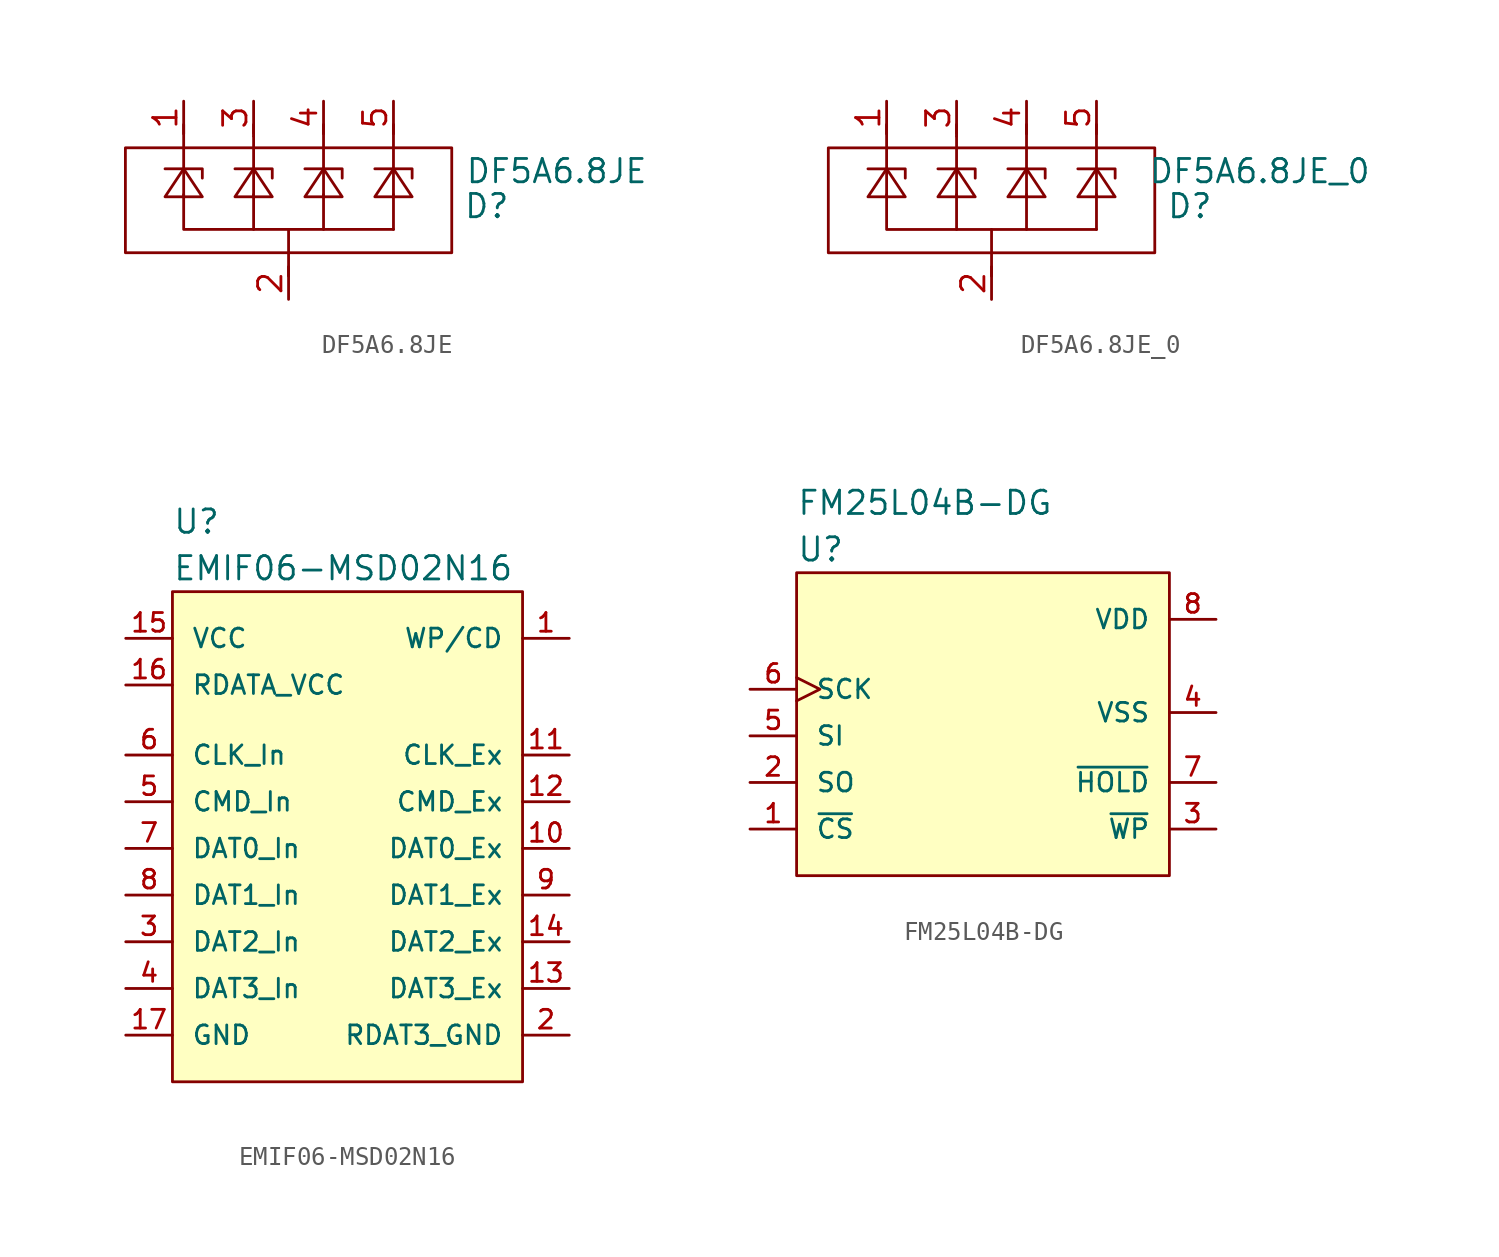
<source format=kicad_sym>
(kicad_symbol_lib
  (version 20211014)
  (generator kicad_symbol_editor)
  (symbol "DF5A6.8JE"
    (pin_names
      (offset 1.016))
    (property "Reference" "D"
      (at 10.795 -3.81 0)
      (effects (font (size 1.27 1.27))))
    (property "Value" "DF5A6.8JE"
      (at 14.605 -1.905 0)
      (effects (font (size 1.27 1.27))))
    (symbol "DF5A6.8JE_0_1"
      (rectangle (start -8.89 -0.635) (end 8.89 -6.35) (stroke (width 0) (type default) (color 0 0 0 0)) (fill (type none)))
      (polyline (pts (xy -1.905 -3.175) (xy -1.905 -5.08)) (stroke (width 0) (type default) (color 0 0 0 0)) (fill (type none)))
      (polyline (pts (xy -1.905 -1.905) (xy -1.905 0)) (stroke (width 0) (type default) (color 0 0 0 0)) (fill (type none)))
      (polyline (pts (xy -1.905 0) (xy -1.905 0.635)) (stroke (width 0) (type default) (color 0 0 0 0)) (fill (type none)))
      (polyline (pts (xy 0 -7.62) (xy 0 -5.08)) (stroke (width 0) (type default) (color 0 0 0 0)) (fill (type none)))
      (polyline (pts (xy 1.905 -3.175) (xy 1.905 -5.08)) (stroke (width 0) (type default) (color 0 0 0 0)) (fill (type none)))
      (polyline (pts (xy 1.905 -1.905) (xy 1.905 0.635)) (stroke (width 0) (type default) (color 0 0 0 0)) (fill (type none)))
      (polyline (pts (xy 5.715 -3.175) (xy 5.715 -5.08)) (stroke (width 0) (type default) (color 0 0 0 0)) (fill (type none)))
      (polyline (pts (xy 5.715 -1.905) (xy 5.715 0.635)) (stroke (width 0) (type default) (color 0 0 0 0)) (fill (type none)))
      (polyline (pts (xy -5.715 -3.175) (xy -5.715 -5.08) (xy 5.715 -5.08)) (stroke (width 0) (type default) (color 0 0 0 0)) (fill (type none)))
      (polyline (pts (xy -5.715 -1.905) (xy -5.715 0.635) (xy -5.715 0)) (stroke (width 0) (type default) (color 0 0 0 0)) (fill (type none))))
    (symbol "DF5A6.8JE_1_1"
      (polyline (pts (xy -5.715 -3.302) (xy -5.715 -1.778)) (stroke (width 0) (type default) (color 0 0 0 0)) (fill (type none)))
      (polyline (pts (xy -1.905 -3.302) (xy -1.905 -1.778)) (stroke (width 0) (type default) (color 0 0 0 0)) (fill (type none)))
      (polyline (pts (xy 1.905 -3.302) (xy 1.905 -1.778)) (stroke (width 0) (type default) (color 0 0 0 0)) (fill (type none)))
      (polyline (pts (xy 5.715 -3.302) (xy 5.715 -1.778)) (stroke (width 0) (type default) (color 0 0 0 0)) (fill (type none)))
      (polyline (pts (xy -4.699 -2.286) (xy -4.699 -1.778) (xy -6.731 -1.778)) (stroke (width 0) (type default) (color 0 0 0 0)) (fill (type none)))
      (polyline (pts (xy -0.889 -2.286) (xy -0.889 -1.778) (xy -2.921 -1.778)) (stroke (width 0) (type default) (color 0 0 0 0)) (fill (type none)))
      (polyline (pts (xy 2.921 -2.286) (xy 2.921 -1.778) (xy 0.889 -1.778)) (stroke (width 0) (type default) (color 0 0 0 0)) (fill (type none)))
      (polyline (pts (xy 6.731 -2.286) (xy 6.731 -1.778) (xy 4.699 -1.778)) (stroke (width 0) (type default) (color 0 0 0 0)) (fill (type none)))
      (polyline (pts (xy -4.699 -3.302) (xy -5.715 -1.778) (xy -6.731 -3.302) (xy -4.699 -3.302)) (stroke (width 0) (type default) (color 0 0 0 0)) (fill (type none)))
      (polyline (pts (xy -0.889 -3.302) (xy -1.905 -1.778) (xy -2.921 -3.302) (xy -0.889 -3.302)) (stroke (width 0) (type default) (color 0 0 0 0)) (fill (type none)))
      (polyline (pts (xy 2.921 -3.302) (xy 1.905 -1.778) (xy 0.889 -3.302) (xy 2.921 -3.302)) (stroke (width 0) (type default) (color 0 0 0 0)) (fill (type none)))
      (polyline (pts (xy 6.731 -3.302) (xy 5.715 -1.778) (xy 4.699 -3.302) (xy 6.731 -3.302)) (stroke (width 0) (type default) (color 0 0 0 0)) (fill (type none)))
      (pin passive line (at -5.715 1.905 270) (length 1.778) (name "~" (effects (font (size 1.27 1.27)))) (number "1" (effects (font (size 1.27 1.27)))))
      (pin passive line (at 0 -8.89 90) (length 1.778) (name "~" (effects (font (size 1.27 1.27)))) (number "2" (effects (font (size 1.27 1.27)))))
      (pin passive line (at -1.905 1.905 270) (length 1.778) (name "~" (effects (font (size 1.27 1.27)))) (number "3" (effects (font (size 1.27 1.27)))))
      (pin passive line (at 1.905 1.905 270) (length 1.778) (name "~" (effects (font (size 1.27 1.27)))) (number "4" (effects (font (size 1.27 1.27)))))
      (pin passive line (at 5.715 1.905 270) (length 1.778) (name "~" (effects (font (size 1.27 1.27)))) (number "5" (effects (font (size 1.27 1.27)))))))
  (symbol "DF5A6.8JE_0"
    (pin_names
      (offset 1.016))
    (property "Reference" "D"
      (at 10.795 -3.81 0)
      (effects (font (size 1.27 1.27))))
    (property "Value" "DF5A6.8JE_0"
      (at 14.605 -1.905 0)
      (effects (font (size 1.27 1.27))))
    (symbol "DF5A6.8JE_0_0_1"
      (rectangle (start -8.89 -0.635) (end 8.89 -6.35) (stroke (width 0) (type default) (color 0 0 0 0)) (fill (type none)))
      (polyline (pts (xy -1.905 -3.175) (xy -1.905 -5.08)) (stroke (width 0) (type default) (color 0 0 0 0)) (fill (type none)))
      (polyline (pts (xy -1.905 -1.905) (xy -1.905 0)) (stroke (width 0) (type default) (color 0 0 0 0)) (fill (type none)))
      (polyline (pts (xy -1.905 0) (xy -1.905 0.635)) (stroke (width 0) (type default) (color 0 0 0 0)) (fill (type none)))
      (polyline (pts (xy 0 -7.62) (xy 0 -5.08)) (stroke (width 0) (type default) (color 0 0 0 0)) (fill (type none)))
      (polyline (pts (xy 1.905 -3.175) (xy 1.905 -5.08)) (stroke (width 0) (type default) (color 0 0 0 0)) (fill (type none)))
      (polyline (pts (xy 1.905 -1.905) (xy 1.905 0.635)) (stroke (width 0) (type default) (color 0 0 0 0)) (fill (type none)))
      (polyline (pts (xy 5.715 -3.175) (xy 5.715 -5.08)) (stroke (width 0) (type default) (color 0 0 0 0)) (fill (type none)))
      (polyline (pts (xy 5.715 -1.905) (xy 5.715 0.635)) (stroke (width 0) (type default) (color 0 0 0 0)) (fill (type none)))
      (polyline (pts (xy -5.715 -3.175) (xy -5.715 -5.08) (xy 5.715 -5.08)) (stroke (width 0) (type default) (color 0 0 0 0)) (fill (type none)))
      (polyline (pts (xy -5.715 -1.905) (xy -5.715 0.635) (xy -5.715 0)) (stroke (width 0) (type default) (color 0 0 0 0)) (fill (type none))))
    (symbol "DF5A6.8JE_0_1_1"
      (polyline (pts (xy -5.715 -3.302) (xy -5.715 -1.778)) (stroke (width 0) (type default) (color 0 0 0 0)) (fill (type none)))
      (polyline (pts (xy -1.905 -3.302) (xy -1.905 -1.778)) (stroke (width 0) (type default) (color 0 0 0 0)) (fill (type none)))
      (polyline (pts (xy 1.905 -3.302) (xy 1.905 -1.778)) (stroke (width 0) (type default) (color 0 0 0 0)) (fill (type none)))
      (polyline (pts (xy 5.715 -3.302) (xy 5.715 -1.778)) (stroke (width 0) (type default) (color 0 0 0 0)) (fill (type none)))
      (polyline (pts (xy -4.699 -2.286) (xy -4.699 -1.778) (xy -6.731 -1.778)) (stroke (width 0) (type default) (color 0 0 0 0)) (fill (type none)))
      (polyline (pts (xy -0.889 -2.286) (xy -0.889 -1.778) (xy -2.921 -1.778)) (stroke (width 0) (type default) (color 0 0 0 0)) (fill (type none)))
      (polyline (pts (xy 2.921 -2.286) (xy 2.921 -1.778) (xy 0.889 -1.778)) (stroke (width 0) (type default) (color 0 0 0 0)) (fill (type none)))
      (polyline (pts (xy 6.731 -2.286) (xy 6.731 -1.778) (xy 4.699 -1.778)) (stroke (width 0) (type default) (color 0 0 0 0)) (fill (type none)))
      (polyline (pts (xy -4.699 -3.302) (xy -5.715 -1.778) (xy -6.731 -3.302) (xy -4.699 -3.302)) (stroke (width 0) (type default) (color 0 0 0 0)) (fill (type none)))
      (polyline (pts (xy -0.889 -3.302) (xy -1.905 -1.778) (xy -2.921 -3.302) (xy -0.889 -3.302)) (stroke (width 0) (type default) (color 0 0 0 0)) (fill (type none)))
      (polyline (pts (xy 2.921 -3.302) (xy 1.905 -1.778) (xy 0.889 -3.302) (xy 2.921 -3.302)) (stroke (width 0) (type default) (color 0 0 0 0)) (fill (type none)))
      (polyline (pts (xy 6.731 -3.302) (xy 5.715 -1.778) (xy 4.699 -3.302) (xy 6.731 -3.302)) (stroke (width 0) (type default) (color 0 0 0 0)) (fill (type none)))
      (pin passive line (at -5.715 1.905 270) (length 1.778) (name "~" (effects (font (size 1.27 1.27)))) (number "1" (effects (font (size 1.27 1.27)))))
      (pin passive line (at 0 -8.89 90) (length 1.778) (name "~" (effects (font (size 1.27 1.27)))) (number "2" (effects (font (size 1.27 1.27)))))
      (pin passive line (at -1.905 1.905 270) (length 1.778) (name "~" (effects (font (size 1.27 1.27)))) (number "3" (effects (font (size 1.27 1.27)))))
      (pin passive line (at 1.905 1.905 270) (length 1.778) (name "~" (effects (font (size 1.27 1.27)))) (number "4" (effects (font (size 1.27 1.27)))))
      (pin passive line (at 5.715 1.905 270) (length 1.778) (name "~" (effects (font (size 1.27 1.27)))) (number "5" (effects (font (size 1.27 1.27)))))))
  (symbol "EMIF06-MSD02N16"
    (pin_names
      (offset 1.016))
    (property "Reference" "U"
      (at 5.08 6.35 0)
      (effects (font (size 1.27 1.27)) (justify left)))
    (property "Value" "EMIF06-MSD02N16"
      (at 5.08 3.81 0)
      (effects (font (size 1.27 1.27)) (justify left)))
    (symbol "EMIF06-MSD02N16_1_1"
      (rectangle (start 5.08 2.54) (end 24.13 -24.13) (stroke (width 0) (type default) (color 0 0 0 0)) (fill (type background)))
      (pin passive line (at 26.67 0 180) (length 2.54) (name "WP/CD" (effects (font (size 1.016 1.016)))) (number "1" (effects (font (size 1.016 1.016)))))
      (pin passive line (at 26.67 -11.43 180) (length 2.54) (name "DAT0_Ex" (effects (font (size 1.016 1.016)))) (number "10" (effects (font (size 1.016 1.016)))))
      (pin passive line (at 26.67 -6.35 180) (length 2.54) (name "CLK_Ex" (effects (font (size 1.016 1.016)))) (number "11" (effects (font (size 1.016 1.016)))))
      (pin passive line (at 26.67 -8.89 180) (length 2.54) (name "CMD_Ex" (effects (font (size 1.016 1.016)))) (number "12" (effects (font (size 1.016 1.016)))))
      (pin passive line (at 26.67 -19.05 180) (length 2.54) (name "DAT3_Ex" (effects (font (size 1.016 1.016)))) (number "13" (effects (font (size 1.016 1.016)))))
      (pin passive line (at 26.67 -16.51 180) (length 2.54) (name "DAT2_Ex" (effects (font (size 1.016 1.016)))) (number "14" (effects (font (size 1.016 1.016)))))
      (pin power_in line (at 2.54 0 0) (length 2.54) (name "VCC" (effects (font (size 1.016 1.016)))) (number "15" (effects (font (size 1.016 1.016)))))
      (pin power_in line (at 2.54 -2.54 0) (length 2.54) (name "RDATA_VCC" (effects (font (size 1.016 1.016)))) (number "16" (effects (font (size 1.016 1.016)))))
      (pin power_in line (at 2.54 -21.59 0) (length 2.54) (name "GND" (effects (font (size 1.016 1.016)))) (number "17" (effects (font (size 1.016 1.016)))))
      (pin power_in line (at 26.67 -21.59 180) (length 2.54) (name "RDAT3_GND" (effects (font (size 1.016 1.016)))) (number "2" (effects (font (size 1.016 1.016)))))
      (pin passive line (at 2.54 -16.51 0) (length 2.54) (name "DAT2_In" (effects (font (size 1.016 1.016)))) (number "3" (effects (font (size 1.016 1.016)))))
      (pin passive line (at 2.54 -19.05 0) (length 2.54) (name "DAT3_In" (effects (font (size 1.016 1.016)))) (number "4" (effects (font (size 1.016 1.016)))))
      (pin passive line (at 2.54 -8.89 0) (length 2.54) (name "CMD_In" (effects (font (size 1.016 1.016)))) (number "5" (effects (font (size 1.016 1.016)))))
      (pin passive line (at 2.54 -6.35 0) (length 2.54) (name "CLK_In" (effects (font (size 1.016 1.016)))) (number "6" (effects (font (size 1.016 1.016)))))
      (pin passive line (at 2.54 -11.43 0) (length 2.54) (name "DAT0_In" (effects (font (size 1.016 1.016)))) (number "7" (effects (font (size 1.016 1.016)))))
      (pin passive line (at 2.54 -13.97 0) (length 2.54) (name "DAT1_In" (effects (font (size 1.016 1.016)))) (number "8" (effects (font (size 1.016 1.016)))))
      (pin passive line (at 26.67 -13.97 180) (length 2.54) (name "DAT1_Ex" (effects (font (size 1.016 1.016)))) (number "9" (effects (font (size 1.016 1.016)))))))
  (symbol "FM25L04B-DG"
    (pin_names
      (offset 1.016))
    (property "Reference" "U"
      (at 0 5.08 0)
      (effects (font (size 1.27 1.27)) (justify left)))
    (property "Value" "FM25L04B-DG"
      (at 0 7.62 0)
      (effects (font (size 1.27 1.27)) (justify left)))
    (symbol "FM25L04B-DG_1_1"
      (rectangle (start 0 3.81) (end 20.32 -12.7) (stroke (width 0) (type default) (color 0 0 0 0)) (fill (type background)))
      (pin input line (at -2.54 -10.16 0) (length 2.54) (name "~{CS}" (effects (font (size 1.016 1.016)))) (number "1" (effects (font (size 1.016 1.016)))))
      (pin output line (at -2.54 -7.62 0) (length 2.54) (name "SO" (effects (font (size 1.016 1.016)))) (number "2" (effects (font (size 1.016 1.016)))))
      (pin input line (at 22.86 -10.16 180) (length 2.54) (name "~{WP}" (effects (font (size 1.016 1.016)))) (number "3" (effects (font (size 1.016 1.016)))))
      (pin power_in line (at 22.86 -3.81 180) (length 2.54) (name "VSS" (effects (font (size 1.016 1.016)))) (number "4" (effects (font (size 1.016 1.016)))))
      (pin input line (at -2.54 -5.08 0) (length 2.54) (name "SI" (effects (font (size 1.016 1.016)))) (number "5" (effects (font (size 1.016 1.016)))))
      (pin input clock (at -2.54 -2.54 0) (length 2.54) (name "SCK" (effects (font (size 1.016 1.016)))) (number "6" (effects (font (size 1.016 1.016)))))
      (pin input line (at 22.86 -7.62 180) (length 2.54) (name "~{HOLD}" (effects (font (size 1.016 1.016)))) (number "7" (effects (font (size 1.016 1.016)))))
      (pin power_in line (at 22.86 1.27 180) (length 2.54) (name "VDD" (effects (font (size 1.016 1.016)))) (number "8" (effects (font (size 1.016 1.016))))))))
</source>
